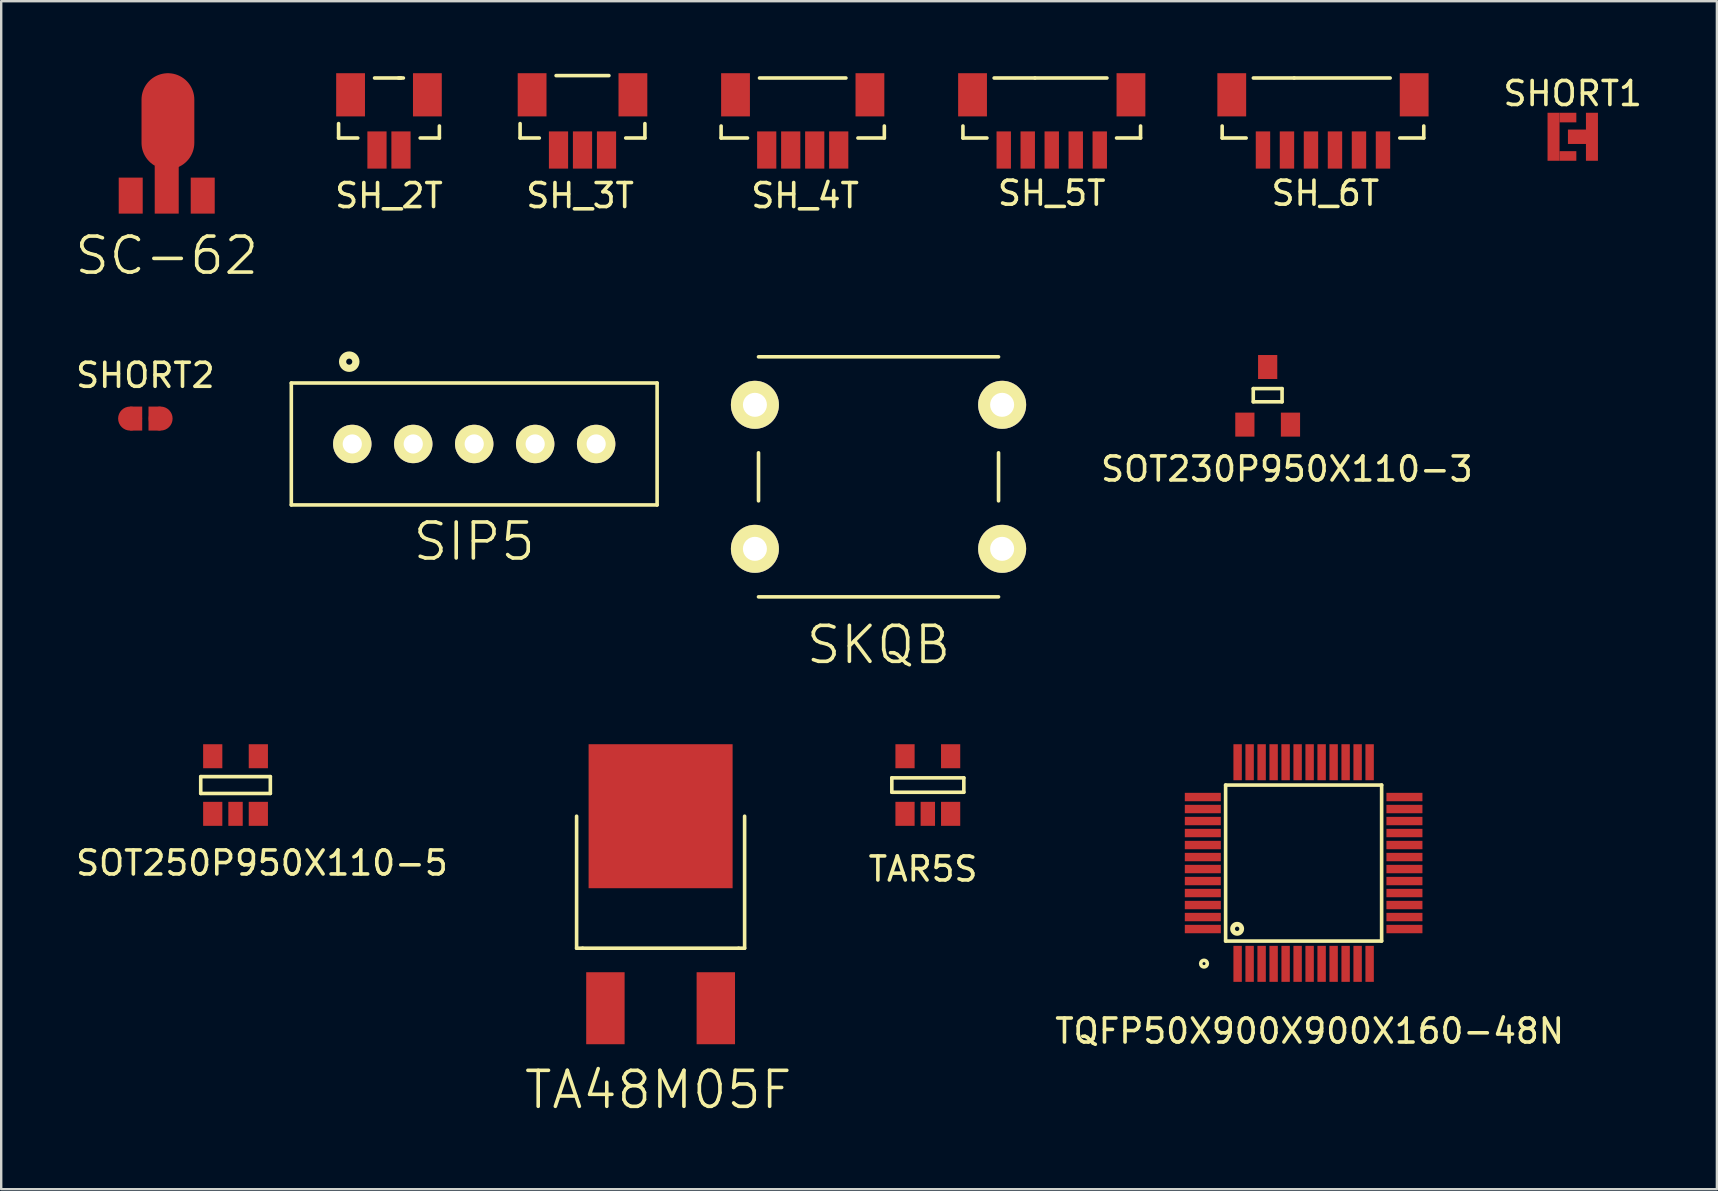
<source format=kicad_pcb>
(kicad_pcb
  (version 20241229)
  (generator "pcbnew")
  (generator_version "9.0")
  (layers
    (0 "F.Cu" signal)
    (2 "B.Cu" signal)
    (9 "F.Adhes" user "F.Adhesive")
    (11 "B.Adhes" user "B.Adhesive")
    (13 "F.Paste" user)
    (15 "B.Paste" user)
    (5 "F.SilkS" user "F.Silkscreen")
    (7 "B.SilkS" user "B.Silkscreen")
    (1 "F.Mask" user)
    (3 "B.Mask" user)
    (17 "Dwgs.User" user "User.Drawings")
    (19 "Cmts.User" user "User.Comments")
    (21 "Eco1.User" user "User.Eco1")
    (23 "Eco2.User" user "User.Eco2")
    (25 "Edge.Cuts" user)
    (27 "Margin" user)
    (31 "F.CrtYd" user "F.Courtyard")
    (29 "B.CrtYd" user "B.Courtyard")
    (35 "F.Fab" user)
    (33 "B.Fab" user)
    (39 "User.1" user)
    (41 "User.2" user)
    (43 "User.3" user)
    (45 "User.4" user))
  (footprint "SC-62"
    (layer "F.Cu")
    (at 3.896 5.1)
    (property "Reference" "SC-62" (at 0 2.5 0) (layer "F.SilkS") (effects (font (size 1.5 1.5) (thickness 0.15))))
    (attr through_hole)
    (pad "1" smd rect (at -1.5 0) (size 1 1.5) (layers "F.Cu" "F.Mask" "F.Paste"))
    (pad "2" smd rect (at 0 -0.25) (size 1 2) (layers "F.Cu" "F.Mask" "F.Paste"))
    (pad "2" smd oval (at 0.05 -3.1) (size 2.2 4) (layers "F.Cu" "F.Mask" "F.Paste"))
    (pad "3" smd rect (at 1.5 0) (size 1 1.5) (layers "F.Cu" "F.Mask" "F.Paste")))
  (footprint "SOT230P950X110-3"
    (layer "F.Cu")
    (at 49.765 13.441)
    (property "Reference" "SOT230P950X110-3" (at 0.8 3.05 0) (layer "F.SilkS") (effects (font (size 1 1) (thickness 0.15))))
    (attr through_hole)
    (fp_line (start -0.6 -0.3) (end 0.6 -0.3) (stroke (width 0.15) (type solid)) (layer "F.SilkS"))
    (fp_line (start -0.6 0.25) (end -0.6 -0.3) (stroke (width 0.15) (type solid)) (layer "F.SilkS"))
    (fp_line (start 0.6 -0.3) (end 0.6 0.25) (stroke (width 0.15) (type solid)) (layer "F.SilkS"))
    (fp_line (start 0.6 0.25) (end -0.6 0.25) (stroke (width 0.15) (type solid)) (layer "F.SilkS"))
    (pad "1" smd rect (at -0.95 1.2) (size 0.8 1) (layers "F.Cu" "F.Mask" "F.Paste"))
    (pad "2" smd rect (at 0.95 1.2) (size 0.8 1) (layers "F.Cu" "F.Mask" "F.Paste"))
    (pad "3" smd rect (at 0 -1.2) (size 0.8 1) (layers "F.Cu" "F.Mask" "F.Paste")))
  (footprint "SHORT2"
    (layer "F.Cu")
    (at 3.006 14.389)
    (property "Reference" "SHORT2" (at 0 -1.8 0) (layer "F.SilkS") (effects (font (size 1 1) (thickness 0.15))))
    (attr through_hole)
    (pad "1" smd oval (at -0.635 0) (size 1 1) (layers "F.Cu" "F.Mask" "F.Paste"))
    (pad "1" smd rect (at -0.381 0) (size 0.5 1) (layers "F.Cu" "F.Mask" "F.Paste"))
    (pad "2" smd rect (at 0.381 0) (size 0.5 1) (layers "F.Cu" "F.Mask" "F.Paste"))
    (pad "2" smd oval (at 0.635 0) (size 1 1) (layers "F.Cu" "F.Mask" "F.Paste")))
  (footprint "SH_5T"
    (layer "F.Cu")
    (at 40.769 2.7)
    (property "Reference" "SH_5T" (at 0 2.3 0) (layer "F.SilkS") (effects (font (size 1 1) (thickness 0.15))))
    (attr through_hole)
    (fp_line (start -3.7 -0.5) (end -3.7 0) (stroke (width 0.15) (type solid)) (layer "F.SilkS"))
    (fp_line (start -3.7 0) (end -2.7 0) (stroke (width 0.15) (type solid)) (layer "F.SilkS"))
    (fp_line (start -2.4 -2.5) (end -0.7 -2.5) (stroke (width 0.15) (type solid)) (layer "F.SilkS"))
    (fp_line (start -0.7 -2.5) (end 2.3 -2.5) (stroke (width 0.15) (type solid)) (layer "F.SilkS"))
    (fp_line (start 3.7 -0.5) (end 3.7 0) (stroke (width 0.15) (type solid)) (layer "F.SilkS"))
    (fp_line (start 3.7 0) (end 2.7 0) (stroke (width 0.15) (type solid)) (layer "F.SilkS"))
    (pad "" smd rect (at -3.3 -1.8) (size 1.2 1.8) (layers "F.Cu" "F.Mask" "F.Paste"))
    (pad "" smd rect (at 3.3 -1.8) (size 1.2 1.8) (layers "F.Cu" "F.Mask" "F.Paste"))
    (pad "1" smd rect (at -2 0.5) (size 0.6 1.55) (layers "F.Cu" "F.Mask" "F.Paste"))
    (pad "2" smd rect (at -1 0.5) (size 0.6 1.55) (layers "F.Cu" "F.Mask" "F.Paste"))
    (pad "3" smd rect (at 0 0.5) (size 0.6 1.55) (layers "F.Cu" "F.Mask" "F.Paste"))
    (pad "4" smd rect (at 1 0.5) (size 0.6 1.55) (layers "F.Cu" "F.Mask" "F.Paste"))
    (pad "5" smd rect (at 2 0.5) (size 0.6 1.55) (layers "F.Cu" "F.Mask" "F.Paste")))
  (footprint "TQFP50X900X900X160-48N"
    (layer "F.Cu")
    (at 51.263 32.907)
    (property "Reference" "TQFP50X900X900X160-48N" (at 0.25 7 0) (layer "F.SilkS") (effects (font (size 1 1) (thickness 0.15))))
    (attr through_hole)
    (fp_line (start -3.25 -3.25) (end 3.25 -3.25) (stroke (width 0.15) (type solid)) (layer "F.SilkS"))
    (fp_line (start -3.25 3.25) (end -3.25 -3.25) (stroke (width 0.15) (type solid)) (layer "F.SilkS"))
    (fp_line (start 3.25 -3.25) (end 3.25 3.25) (stroke (width 0.15) (type solid)) (layer "F.SilkS"))
    (fp_line (start 3.25 3.25) (end -3.25 3.25) (stroke (width 0.15) (type solid)) (layer "F.SilkS"))
    (fp_circle (center -4.15 4.19) (end -4.09 4.21) (stroke (width 0.15) (type solid)) (fill no) (layer "F.SilkS"))
    (fp_circle (center -2.77 2.74) (end -2.68 2.75) (stroke (width 0.2) (type solid)) (fill no) (layer "F.SilkS"))
    (pad "1" smd rect (at -2.75 4.2) (size 0.35 1.5) (layers "F.Cu" "F.Mask" "F.Paste"))
    (pad "2" smd rect (at -2.25 4.2) (size 0.35 1.5) (layers "F.Cu" "F.Mask" "F.Paste"))
    (pad "3" smd rect (at -1.75 4.2) (size 0.35 1.5) (layers "F.Cu" "F.Mask" "F.Paste"))
    (pad "4" smd rect (at -1.25 4.2) (size 0.35 1.5) (layers "F.Cu" "F.Mask" "F.Paste"))
    (pad "5" smd rect (at -0.75 4.2) (size 0.35 1.5) (layers "F.Cu" "F.Mask" "F.Paste"))
    (pad "6" smd rect (at -0.25 4.2) (size 0.35 1.5) (layers "F.Cu" "F.Mask" "F.Paste"))
    (pad "7" smd rect (at 0.25 4.2) (size 0.35 1.5) (layers "F.Cu" "F.Mask" "F.Paste"))
    (pad "8" smd rect (at 0.75 4.2) (size 0.35 1.5) (layers "F.Cu" "F.Mask" "F.Paste"))
    (pad "9" smd rect (at 1.25 4.2) (size 0.35 1.5) (layers "F.Cu" "F.Mask" "F.Paste"))
    (pad "10" smd rect (at 1.75 4.2) (size 0.35 1.5) (layers "F.Cu" "F.Mask" "F.Paste"))
    (pad "11" smd rect (at 2.25 4.2) (size 0.35 1.5) (layers "F.Cu" "F.Mask" "F.Paste"))
    (pad "12" smd rect (at 2.75 4.2) (size 0.35 1.5) (layers "F.Cu" "F.Mask" "F.Paste"))
    (pad "13" smd rect (at 4.2 2.75 90) (size 0.35 1.5) (layers "F.Cu" "F.Mask" "F.Paste"))
    (pad "14" smd rect (at 4.2 2.25 90) (size 0.35 1.5) (layers "F.Cu" "F.Mask" "F.Paste"))
    (pad "15" smd rect (at 4.2 1.75 90) (size 0.35 1.5) (layers "F.Cu" "F.Mask" "F.Paste"))
    (pad "16" smd rect (at 4.2 1.25 90) (size 0.35 1.5) (layers "F.Cu" "F.Mask" "F.Paste"))
    (pad "17" smd rect (at 4.2 0.75 90) (size 0.35 1.5) (layers "F.Cu" "F.Mask" "F.Paste"))
    (pad "18" smd rect (at 4.2 0.25 90) (size 0.35 1.5) (layers "F.Cu" "F.Mask" "F.Paste"))
    (pad "19" smd rect (at 4.2 -0.25 90) (size 0.35 1.5) (layers "F.Cu" "F.Mask" "F.Paste"))
    (pad "20" smd rect (at 4.2 -0.75 90) (size 0.35 1.5) (layers "F.Cu" "F.Mask" "F.Paste"))
    (pad "21" smd rect (at 4.2 -1.25 90) (size 0.35 1.5) (layers "F.Cu" "F.Mask" "F.Paste"))
    (pad "22" smd rect (at 4.2 -1.75 90) (size 0.35 1.5) (layers "F.Cu" "F.Mask" "F.Paste"))
    (pad "23" smd rect (at 4.2 -2.25 90) (size 0.35 1.5) (layers "F.Cu" "F.Mask" "F.Paste"))
    (pad "24" smd rect (at 4.2 -2.75 90) (size 0.35 1.5) (layers "F.Cu" "F.Mask" "F.Paste"))
    (pad "25" smd rect (at 2.75 -4.2) (size 0.35 1.5) (layers "F.Cu" "F.Mask" "F.Paste"))
    (pad "26" smd rect (at 2.25 -4.2) (size 0.35 1.5) (layers "F.Cu" "F.Mask" "F.Paste"))
    (pad "27" smd rect (at 1.75 -4.2) (size 0.35 1.5) (layers "F.Cu" "F.Mask" "F.Paste"))
    (pad "28" smd rect (at 1.25 -4.2) (size 0.35 1.5) (layers "F.Cu" "F.Mask" "F.Paste"))
    (pad "29" smd rect (at 0.75 -4.2) (size 0.35 1.5) (layers "F.Cu" "F.Mask" "F.Paste"))
    (pad "30" smd rect (at 0.25 -4.2) (size 0.35 1.5) (layers "F.Cu" "F.Mask" "F.Paste"))
    (pad "31" smd rect (at -0.25 -4.2) (size 0.35 1.5) (layers "F.Cu" "F.Mask" "F.Paste"))
    (pad "32" smd rect (at -0.75 -4.2) (size 0.35 1.5) (layers "F.Cu" "F.Mask" "F.Paste"))
    (pad "33" smd rect (at -1.25 -4.2) (size 0.35 1.5) (layers "F.Cu" "F.Mask" "F.Paste"))
    (pad "34" smd rect (at -1.75 -4.2) (size 0.35 1.5) (layers "F.Cu" "F.Mask" "F.Paste"))
    (pad "35" smd rect (at -2.25 -4.2) (size 0.35 1.5) (layers "F.Cu" "F.Mask" "F.Paste"))
    (pad "36" smd rect (at -2.75 -4.2) (size 0.35 1.5) (layers "F.Cu" "F.Mask" "F.Paste"))
    (pad "37" smd rect (at -4.2 -2.75 90) (size 0.35 1.5) (layers "F.Cu" "F.Mask" "F.Paste"))
    (pad "38" smd rect (at -4.2 -2.25 90) (size 0.35 1.5) (layers "F.Cu" "F.Mask" "F.Paste"))
    (pad "39" smd rect (at -4.2 -1.75 90) (size 0.35 1.5) (layers "F.Cu" "F.Mask" "F.Paste"))
    (pad "40" smd rect (at -4.2 -1.25 90) (size 0.35 1.5) (layers "F.Cu" "F.Mask" "F.Paste"))
    (pad "41" smd rect (at -4.2 -0.75 90) (size 0.35 1.5) (layers "F.Cu" "F.Mask" "F.Paste"))
    (pad "42" smd rect (at -4.2 -0.25 90) (size 0.35 1.5) (layers "F.Cu" "F.Mask" "F.Paste"))
    (pad "43" smd rect (at -4.2 0.25 90) (size 0.35 1.5) (layers "F.Cu" "F.Mask" "F.Paste"))
    (pad "44" smd rect (at -4.2 0.75 90) (size 0.35 1.5) (layers "F.Cu" "F.Mask" "F.Paste"))
    (pad "45" smd rect (at -4.2 1.25 90) (size 0.35 1.5) (layers "F.Cu" "F.Mask" "F.Paste"))
    (pad "46" smd rect (at -4.2 1.75 90) (size 0.35 1.5) (layers "F.Cu" "F.Mask" "F.Paste"))
    (pad "47" smd rect (at -4.2 2.25 90) (size 0.35 1.5) (layers "F.Cu" "F.Mask" "F.Paste"))
    (pad "48" smd rect (at -4.2 2.75 90) (size 0.35 1.5) (layers "F.Cu" "F.Mask" "F.Paste")))
  (footprint "SOT250P950X110-5"
    (layer "F.Cu")
    (at 6.763 29.657)
    (property "Reference" "SOT250P950X110-5" (at 1.1 3.25 0) (layer "F.SilkS") (effects (font (size 1 1) (thickness 0.15))))
    (attr through_hole)
    (fp_line (start -1.45 -0.35) (end 1.45 -0.35) (stroke (width 0.15) (type solid)) (layer "F.SilkS"))
    (fp_line (start -1.45 0.35) (end -1.45 -0.35) (stroke (width 0.15) (type solid)) (layer "F.SilkS"))
    (fp_line (start 1.45 -0.35) (end 1.45 0.35) (stroke (width 0.15) (type solid)) (layer "F.SilkS"))
    (fp_line (start 1.45 0.35) (end -1.45 0.35) (stroke (width 0.15) (type solid)) (layer "F.SilkS"))
    (pad "1" smd rect (at -0.95 1.2) (size 0.8 1) (layers "F.Cu" "F.Mask" "F.Paste"))
    (pad "2" smd rect (at 0 1.2) (size 0.6 1) (layers "F.Cu" "F.Mask" "F.Paste"))
    (pad "3" smd rect (at 0.95 1.2) (size 0.8 1) (layers "F.Cu" "F.Mask" "F.Paste"))
    (pad "4" smd rect (at 0.95 -1.2) (size 0.8 1) (layers "F.Cu" "F.Mask" "F.Paste"))
    (pad "5" smd rect (at -0.95 -1.2) (size 0.8 1) (layers "F.Cu" "F.Mask" "F.Paste")))
  (footprint "SIP5"
    (layer "F.Cu")
    (at 16.707 15.447)
    (property "Reference" "SIP5" (at 0 4.064 0) (layer "F.SilkS") (effects (font (size 1.5 1.5) (thickness 0.15))))
    (attr through_hole)
    (fp_line (start -7.62 -2.54) (end 7.62 -2.54) (stroke (width 0.15) (type solid)) (layer "F.SilkS"))
    (fp_line (start -7.62 2.54) (end -7.62 -2.54) (stroke (width 0.15) (type solid)) (layer "F.SilkS"))
    (fp_line (start 7.62 -2.54) (end 7.62 2.54) (stroke (width 0.15) (type solid)) (layer "F.SilkS"))
    (fp_line (start 7.62 2.54) (end -7.62 2.54) (stroke (width 0.15) (type solid)) (layer "F.SilkS"))
    (fp_circle (center -5.207 -3.429) (end -5.08 -3.429) (stroke (width 0.3) (type solid)) (fill no) (layer "F.SilkS"))
    (pad "1" thru_hole circle (at -5.08 0) (size 1.6 1.6) (drill 0.8) (layers "*.Cu" "*.Mask" "F.SilkS"))
    (pad "2" thru_hole circle (at -2.54 0) (size 1.6 1.6) (drill 0.8) (layers "*.Cu" "*.Mask" "F.SilkS"))
    (pad "3" thru_hole circle (at 0 0) (size 1.6 1.6) (drill 0.8) (layers "*.Cu" "*.Mask" "F.SilkS"))
    (pad "4" thru_hole circle (at 2.54 0) (size 1.6 1.6) (drill 0.8) (layers "*.Cu" "*.Mask" "F.SilkS"))
    (pad "5" thru_hole circle (at 5.08 0) (size 1.6 1.6) (drill 0.8) (layers "*.Cu" "*.Mask" "F.SilkS")))
  (footprint "TA48M05F"
    (layer "F.Cu")
    (at 24.473 38.956)
    (property "Reference" "TA48M05F" (at -0.1 3.4 0) (layer "F.SilkS") (effects (font (size 1.5 1.5) (thickness 0.15))))
    (attr through_hole)
    (fp_line (start -3.5 -2.5) (end -3.5 -8) (stroke (width 0.15) (type solid)) (layer "F.SilkS"))
    (fp_line (start -3.25 -2.5) (end -3.5 -2.5) (stroke (width 0.15) (type solid)) (layer "F.SilkS"))
    (fp_line (start -3.25 -2.5) (end 3.25 -2.5) (stroke (width 0.15) (type solid)) (layer "F.SilkS"))
    (fp_line (start 3.25 -2.5) (end 3.5 -2.5) (stroke (width 0.15) (type solid)) (layer "F.SilkS"))
    (fp_line (start 3.5 -2.5) (end 3.5 -8) (stroke (width 0.15) (type solid)) (layer "F.SilkS"))
    (pad "1" smd rect (at -2.3 0) (size 1.6 3) (layers "F.Cu" "F.Mask" "F.Paste"))
    (pad "2" smd rect (at 2.3 0) (size 1.6 3) (layers "F.Cu" "F.Mask" "F.Paste"))
    (pad "3" smd rect (at 0 -8) (size 6 6) (layers "F.Cu" "F.Mask" "F.Paste")))
  (footprint "SH_4T"
    (layer "F.Cu")
    (at 30.394 2.7)
    (property "Reference" "SH_4T" (at 0.1 2.4 0) (layer "F.SilkS") (effects (font (size 1 1) (thickness 0.15))))
    (attr through_hole)
    (fp_line (start -3.4 -0.5) (end -3.4 0) (stroke (width 0.15) (type solid)) (layer "F.SilkS"))
    (fp_line (start -3.4 0) (end -2.3 0) (stroke (width 0.15) (type solid)) (layer "F.SilkS"))
    (fp_line (start -1.8 -2.5) (end 1.8 -2.5) (stroke (width 0.15) (type solid)) (layer "F.SilkS"))
    (fp_line (start 3.4 -0.5) (end 3.4 0) (stroke (width 0.15) (type solid)) (layer "F.SilkS"))
    (fp_line (start 3.4 0) (end 2.3 0) (stroke (width 0.15) (type solid)) (layer "F.SilkS"))
    (pad "" smd rect (at -2.8 -1.8) (size 1.2 1.8) (layers "F.Cu" "F.Mask" "F.Paste"))
    (pad "" smd rect (at 2.8 -1.8) (size 1.2 1.8) (layers "F.Cu" "F.Mask" "F.Paste"))
    (pad "1" smd rect (at -1.5 0.5) (size 0.8 1.55) (layers "F.Cu" "F.Mask" "F.Paste"))
    (pad "2" smd rect (at -0.5 0.5) (size 0.8 1.55) (layers "F.Cu" "F.Mask" "F.Paste"))
    (pad "3" smd rect (at 0.5 0.5) (size 0.8 1.55) (layers "F.Cu" "F.Mask" "F.Paste"))
    (pad "4" smd rect (at 1.5 0.5) (size 0.8 1.55) (layers "F.Cu" "F.Mask" "F.Paste")))
  (footprint "SH_2T"
    (layer "F.Cu")
    (at 13.156 2.7)
    (property "Reference" "SH_2T" (at 0 2.4 0) (layer "F.SilkS") (effects (font (size 1 1) (thickness 0.15))))
    (attr through_hole)
    (fp_line (start -2.1 -0.6) (end -2.1 0) (stroke (width 0.15) (type solid)) (layer "F.SilkS"))
    (fp_line (start -2.1 0) (end -1.3 0) (stroke (width 0.15) (type solid)) (layer "F.SilkS"))
    (fp_line (start -0.6 -2.5) (end 0.5 -2.5) (stroke (width 0.15) (type solid)) (layer "F.SilkS"))
    (fp_line (start 0.6 -2.5) (end 0.4 -2.5) (stroke (width 0.15) (type solid)) (layer "F.SilkS"))
    (fp_line (start 2.1 -0.5) (end 2.1 0) (stroke (width 0.15) (type solid)) (layer "F.SilkS"))
    (fp_line (start 2.1 0) (end 1.3 0) (stroke (width 0.15) (type solid)) (layer "F.SilkS"))
    (pad "" smd rect (at -1.6 -1.8) (size 1.2 1.8) (layers "F.Cu" "F.Mask" "F.Paste"))
    (pad "" smd rect (at 1.6 -1.8) (size 1.2 1.8) (layers "F.Cu" "F.Mask" "F.Paste"))
    (pad "1" smd rect (at -0.5 0.5) (size 0.8 1.55) (layers "F.Cu" "F.Mask" "F.Paste"))
    (pad "2" smd rect (at 0.5 0.5) (size 0.8 1.55) (layers "F.Cu" "F.Mask" "F.Paste")))
  (footprint "SH_3T"
    (layer "F.Cu")
    (at 21.219 2.7)
    (property "Reference" "SH_3T" (at -0.1 2.4 0) (layer "F.SilkS") (effects (font (size 1 1) (thickness 0.15))))
    (attr through_hole)
    (fp_line (start -2.6 -0.6) (end -2.6 0) (stroke (width 0.15) (type solid)) (layer "F.SilkS"))
    (fp_line (start -2.6 0) (end -1.8 0) (stroke (width 0.15) (type solid)) (layer "F.SilkS"))
    (fp_line (start -1.1 -2.6) (end 1.1 -2.6) (stroke (width 0.15) (type solid)) (layer "F.SilkS"))
    (fp_line (start 2.6 -0.6) (end 2.6 0) (stroke (width 0.15) (type solid)) (layer "F.SilkS"))
    (fp_line (start 2.6 0) (end 1.8 0) (stroke (width 0.15) (type solid)) (layer "F.SilkS"))
    (pad "" smd rect (at -2.1 -1.8) (size 1.2 1.8) (layers "F.Cu" "F.Mask" "F.Paste"))
    (pad "" smd rect (at 2.1 -1.8) (size 1.2 1.8) (layers "F.Cu" "F.Mask" "F.Paste"))
    (pad "1" smd rect (at -1 0.5) (size 0.8 1.55) (layers "F.Cu" "F.Mask" "F.Paste"))
    (pad "2" smd rect (at 0 0.5) (size 0.8 1.55) (layers "F.Cu" "F.Mask" "F.Paste"))
    (pad "3" smd rect (at 1 0.5) (size 0.8 1.55) (layers "F.Cu" "F.Mask" "F.Paste")))
  (footprint "TAR5S"
    (layer "F.Cu")
    (at 35.606 29.657)
    (property "Reference" "TAR5S" (at -0.2 3.5 0) (layer "F.SilkS") (effects (font (size 1 1) (thickness 0.15))))
    (attr through_hole)
    (fp_line (start -1.5 -0.3) (end 1.5 -0.3) (stroke (width 0.15) (type solid)) (layer "F.SilkS"))
    (fp_line (start -1.5 0.3) (end -1.5 -0.3) (stroke (width 0.15) (type solid)) (layer "F.SilkS"))
    (fp_line (start 1.5 -0.3) (end 1.5 0.3) (stroke (width 0.15) (type solid)) (layer "F.SilkS"))
    (fp_line (start 1.5 0.3) (end -1.5 0.3) (stroke (width 0.15) (type solid)) (layer "F.SilkS"))
    (pad "1" smd rect (at -0.95 1.2) (size 0.8 1) (layers "F.Cu" "F.Mask" "F.Paste"))
    (pad "2" smd rect (at 0 1.2) (size 0.6 1) (layers "F.Cu" "F.Mask" "F.Paste"))
    (pad "3" smd rect (at 0.95 1.2) (size 0.8 1) (layers "F.Cu" "F.Mask" "F.Paste"))
    (pad "4" smd rect (at 0.95 -1.2) (size 0.8 1) (layers "F.Cu" "F.Mask" "F.Paste"))
    (pad "5" smd rect (at -0.95 -1.2) (size 0.8 1) (layers "F.Cu" "F.Mask" "F.Paste")))
  (footprint "SHORT1"
    (layer "F.Cu")
    (at 62.475 2.648)
    (property "Reference" "SHORT1" (at 0 -1.8 0) (layer "F.SilkS") (effects (font (size 1 1) (thickness 0.15))))
    (attr through_hole)
    (pad "1" smd rect (at -0.8 0) (size 0.5 2) (layers "F.Cu" "F.Mask" "F.Paste"))
    (pad "1" smd rect (at -0.2 -0.8) (size 0.7 0.4) (layers "F.Cu" "F.Mask" "F.Paste"))
    (pad "1" smd rect (at -0.2 0.8) (size 0.7 0.4) (layers "F.Cu" "F.Mask" "F.Paste"))
    (pad "2" smd rect (at 0.2 0) (size 0.8 0.6) (layers "F.Cu" "F.Mask" "F.Paste"))
    (pad "2" smd rect (at 0.8 0) (size 0.5 2) (layers "F.Cu" "F.Mask" "F.Paste")))
  (footprint "SH_6T"
    (layer "F.Cu")
    (at 52.069 2.7)
    (property "Reference" "SH_6T" (at 0.1 2.3 0) (layer "F.SilkS") (effects (font (size 1 1) (thickness 0.15))))
    (attr through_hole)
    (fp_line (start -4.2 -0.5) (end -4.2 0) (stroke (width 0.15) (type solid)) (layer "F.SilkS"))
    (fp_line (start -4.2 0) (end -3.2 0) (stroke (width 0.15) (type solid)) (layer "F.SilkS"))
    (fp_line (start -2.9 -2.5) (end -1.2 -2.5) (stroke (width 0.15) (type solid)) (layer "F.SilkS"))
    (fp_line (start -1.2 -2.5) (end 2.8 -2.5) (stroke (width 0.15) (type solid)) (layer "F.SilkS"))
    (fp_line (start 4.2 -0.5) (end 4.2 0) (stroke (width 0.15) (type solid)) (layer "F.SilkS"))
    (fp_line (start 4.2 0) (end 3.2 0) (stroke (width 0.15) (type solid)) (layer "F.SilkS"))
    (pad "" smd rect (at -3.8 -1.8) (size 1.2 1.8) (layers "F.Cu" "F.Mask" "F.Paste"))
    (pad "" smd rect (at 3.8 -1.8) (size 1.2 1.8) (layers "F.Cu" "F.Mask" "F.Paste"))
    (pad "1" smd rect (at -2.5 0.5) (size 0.6 1.55) (layers "F.Cu" "F.Mask" "F.Paste"))
    (pad "2" smd rect (at -1.5 0.5) (size 0.6 1.55) (layers "F.Cu" "F.Mask" "F.Paste"))
    (pad "3" smd rect (at -0.5 0.5) (size 0.6 1.55) (layers "F.Cu" "F.Mask" "F.Paste"))
    (pad "4" smd rect (at 0.5 0.5) (size 0.6 1.55) (layers "F.Cu" "F.Mask" "F.Paste"))
    (pad "5" smd rect (at 1.5 0.5) (size 0.6 1.55) (layers "F.Cu" "F.Mask" "F.Paste"))
    (pad "6" smd rect (at 2.5 0.5) (size 0.6 1.55) (layers "F.Cu" "F.Mask" "F.Paste")))
  (footprint "SKQB"
    (layer "F.Cu")
    (at 33.552 16.816)
    (property "Reference" "SKQB" (at 0 7 0) (layer "F.SilkS") (effects (font (size 1.5 1.5) (thickness 0.15))))
    (attr through_hole)
    (fp_line (start -5 -5) (end 5 -5) (stroke (width 0.15) (type solid)) (layer "F.SilkS"))
    (fp_line (start -5 -1) (end -5 1) (stroke (width 0.15) (type solid)) (layer "F.SilkS"))
    (fp_line (start -5 5) (end 5 5) (stroke (width 0.15) (type solid)) (layer "F.SilkS"))
    (fp_line (start 5 -1) (end 5 1) (stroke (width 0.15) (type solid)) (layer "F.SilkS"))
    (pad "1" thru_hole circle (at -5.15 -3) (size 2 2) (drill 1) (layers "*.Cu" "*.Mask" "F.SilkS"))
    (pad "2" thru_hole circle (at 5.15 -3) (size 2 2) (drill 1) (layers "*.Cu" "*.Mask" "F.SilkS"))
    (pad "3" thru_hole circle (at -5.15 3) (size 2 2) (drill 1) (layers "*.Cu" "*.Mask" "F.SilkS"))
    (pad "4" thru_hole circle (at 5.15 3) (size 2 2) (drill 1) (layers "*.Cu" "*.Mask" "F.SilkS")))
  (gr_rect
    (start -3 -3)
    (end 68.481 46.497)
    (stroke (width 0.1) (type default))
    (fill no)
    (layer "Edge.Cuts")))
</source>
